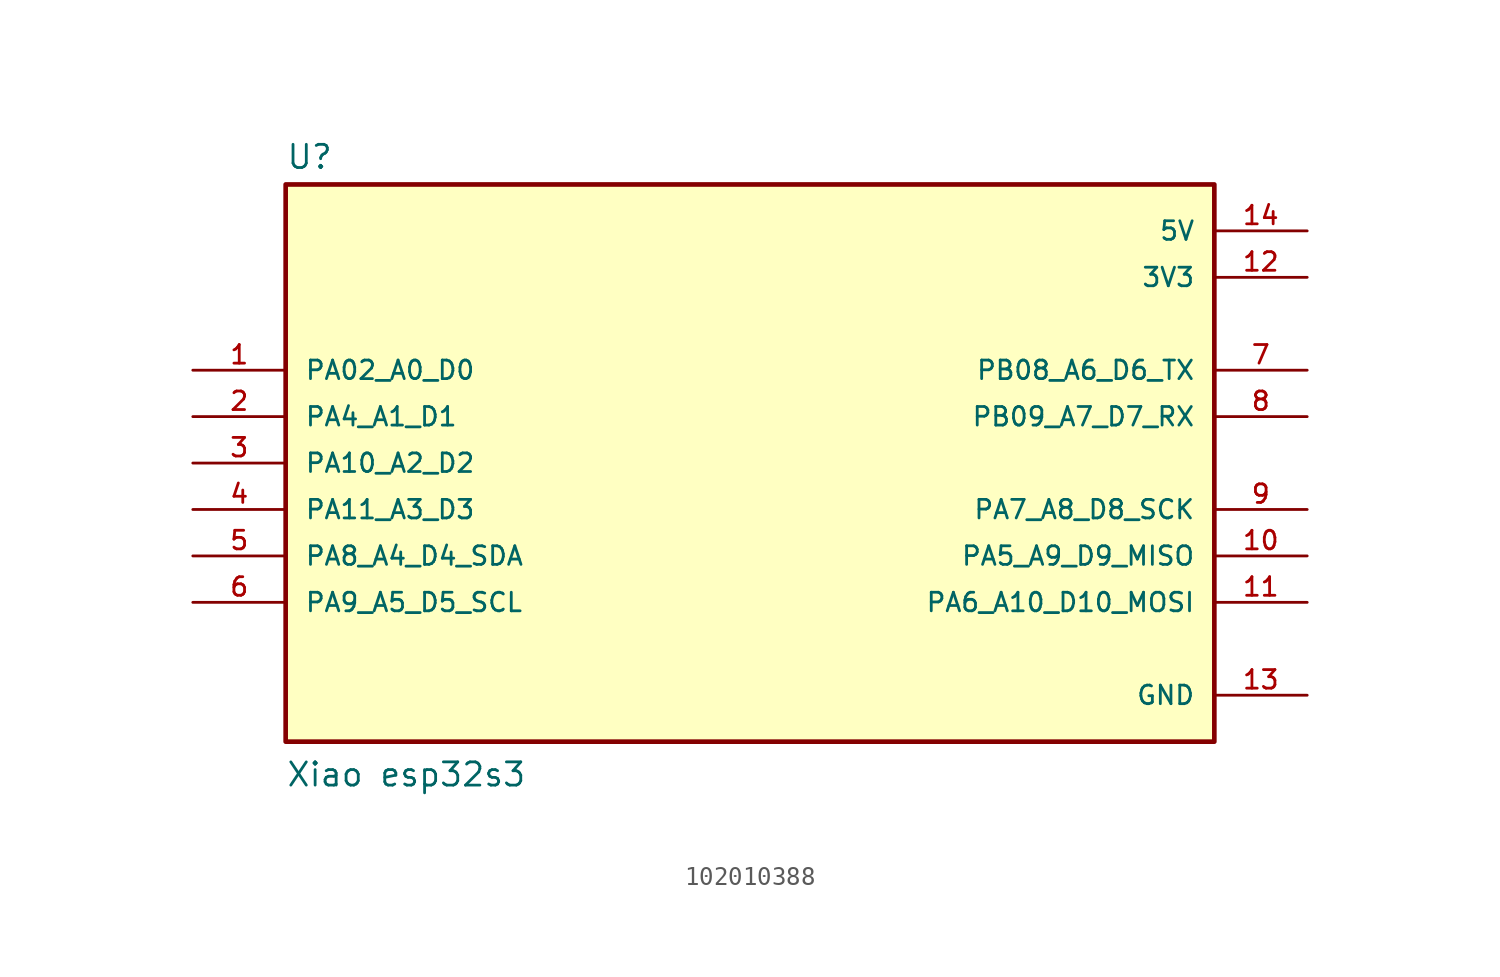
<source format=kicad_sym>
(kicad_symbol_lib
  (version 20220914)
  (generator kicad_symbol_editor)
  (symbol "102010388"
    (pin_names
      (offset 1.016))
    (property "Reference" "U"
      (at -25.4 16.002 0)
      (effects (font (size 1.27 1.27)) (justify left bottom)))
    (property "Value" "Xiao esp32s3"
      (at -25.4 -17.78 0)
      (effects (font (size 1.27 1.27)) (justify left bottom)))
    (symbol "102010388_0_0"
      (rectangle (start -25.4 -15.24) (end 25.4 15.24) (stroke (width 0.254) (type default)) (fill (type background)))
      (pin bidirectional line (at -30.48 5.08 0) (length 5.08) (name "PA02_A0_D0" (effects (font (size 1.016 1.016)))) (number "1" (effects (font (size 1.016 1.016)))))
      (pin bidirectional line (at 30.48 -5.08 180) (length 5.08) (name "PA5_A9_D9_MISO" (effects (font (size 1.016 1.016)))) (number "10" (effects (font (size 1.016 1.016)))))
      (pin bidirectional line (at 30.48 -7.62 180) (length 5.08) (name "PA6_A10_D10_MOSI" (effects (font (size 1.016 1.016)))) (number "11" (effects (font (size 1.016 1.016)))))
      (pin power_in line (at 30.48 10.16 180) (length 5.08) (name "3V3" (effects (font (size 1.016 1.016)))) (number "12" (effects (font (size 1.016 1.016)))))
      (pin power_in line (at 30.48 -12.7 180) (length 5.08) (name "GND" (effects (font (size 1.016 1.016)))) (number "13" (effects (font (size 1.016 1.016)))))
      (pin power_in line (at 30.48 12.7 180) (length 5.08) (name "5V" (effects (font (size 1.016 1.016)))) (number "14" (effects (font (size 1.016 1.016)))))
      (pin bidirectional line (at -30.48 2.54 0) (length 5.08) (name "PA4_A1_D1" (effects (font (size 1.016 1.016)))) (number "2" (effects (font (size 1.016 1.016)))))
      (pin bidirectional line (at -30.48 0 0) (length 5.08) (name "PA10_A2_D2" (effects (font (size 1.016 1.016)))) (number "3" (effects (font (size 1.016 1.016)))))
      (pin bidirectional line (at -30.48 -2.54 0) (length 5.08) (name "PA11_A3_D3" (effects (font (size 1.016 1.016)))) (number "4" (effects (font (size 1.016 1.016)))))
      (pin bidirectional line (at -30.48 -5.08 0) (length 5.08) (name "PA8_A4_D4_SDA" (effects (font (size 1.016 1.016)))) (number "5" (effects (font (size 1.016 1.016)))))
      (pin bidirectional line (at -30.48 -7.62 0) (length 5.08) (name "PA9_A5_D5_SCL" (effects (font (size 1.016 1.016)))) (number "6" (effects (font (size 1.016 1.016)))))
      (pin bidirectional line (at 30.48 5.08 180) (length 5.08) (name "PB08_A6_D6_TX" (effects (font (size 1.016 1.016)))) (number "7" (effects (font (size 1.016 1.016)))))
      (pin bidirectional line (at 30.48 2.54 180) (length 5.08) (name "PB09_A7_D7_RX" (effects (font (size 1.016 1.016)))) (number "8" (effects (font (size 1.016 1.016)))))
      (pin bidirectional line (at 30.48 -2.54 180) (length 5.08) (name "PA7_A8_D8_SCK" (effects (font (size 1.016 1.016)))) (number "9" (effects (font (size 1.016 1.016))))))))
</source>
